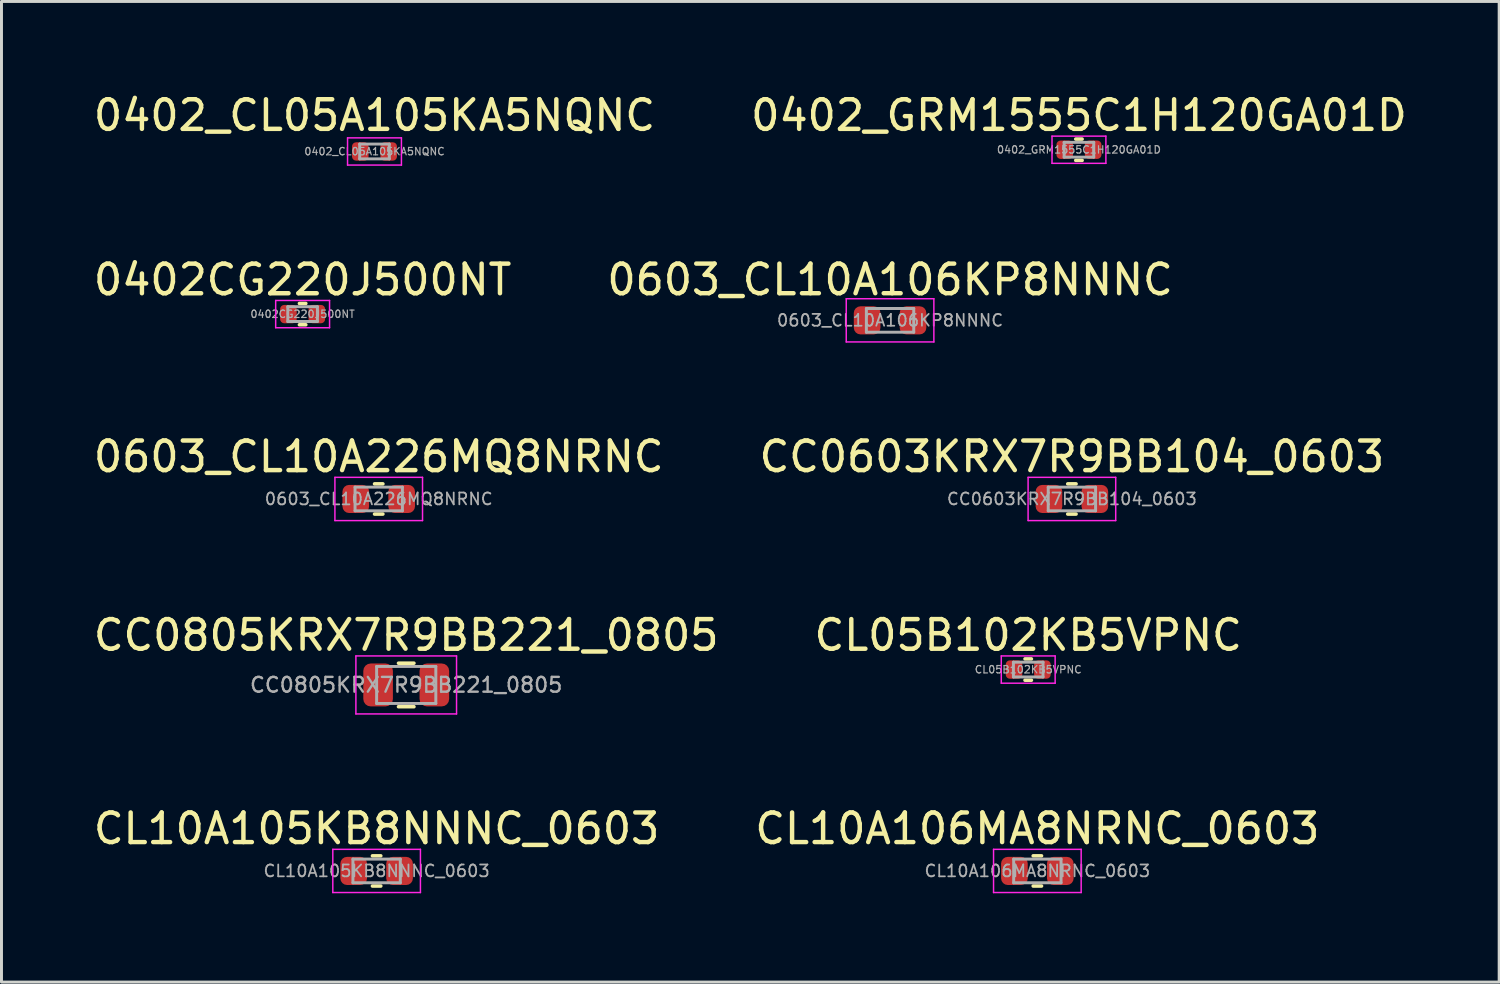
<source format=kicad_pcb>
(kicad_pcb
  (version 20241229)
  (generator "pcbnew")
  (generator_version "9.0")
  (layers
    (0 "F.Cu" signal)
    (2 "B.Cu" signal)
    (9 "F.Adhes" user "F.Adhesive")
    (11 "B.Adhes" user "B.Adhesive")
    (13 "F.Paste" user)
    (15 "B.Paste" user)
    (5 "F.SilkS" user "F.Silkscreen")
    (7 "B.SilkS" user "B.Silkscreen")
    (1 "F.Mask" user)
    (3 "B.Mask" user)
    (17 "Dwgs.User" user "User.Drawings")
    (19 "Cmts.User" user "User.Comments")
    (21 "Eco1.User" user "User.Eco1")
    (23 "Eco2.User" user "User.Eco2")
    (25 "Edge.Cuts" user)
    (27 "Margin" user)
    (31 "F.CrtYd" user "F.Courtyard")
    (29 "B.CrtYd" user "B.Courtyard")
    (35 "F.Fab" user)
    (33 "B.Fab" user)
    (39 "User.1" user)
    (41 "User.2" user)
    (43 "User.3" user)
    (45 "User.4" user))
  (footprint "0402CG220J500NT"
    (layer "F.Cu")
    (at 7.173 7.561)
    (property "Reference" "0402CG220J500NT" (at 0 -1.16 0) (layer "F.SilkS") (effects (font (size 1 1) (thickness 0.15))))
    (attr smd)
    (fp_line (start -0.108 -0.36) (end 0.108 -0.36) (stroke (width 0.12) (type solid)) (layer "F.SilkS"))
    (fp_line (start -0.108 0.36) (end 0.108 0.36) (stroke (width 0.12) (type solid)) (layer "F.SilkS"))
    (fp_line (start -0.91 -0.46) (end 0.91 -0.46) (stroke (width 0.05) (type solid)) (layer "F.CrtYd"))
    (fp_line (start -0.91 0.46) (end -0.91 -0.46) (stroke (width 0.05) (type solid)) (layer "F.CrtYd"))
    (fp_line (start 0.91 -0.46) (end 0.91 0.46) (stroke (width 0.05) (type solid)) (layer "F.CrtYd"))
    (fp_line (start 0.91 0.46) (end -0.91 0.46) (stroke (width 0.05) (type solid)) (layer "F.CrtYd"))
    (fp_line (start -0.5 -0.25) (end 0.5 -0.25) (stroke (width 0.1) (type solid)) (layer "F.Fab"))
    (fp_line (start -0.5 0.25) (end -0.5 -0.25) (stroke (width 0.1) (type solid)) (layer "F.Fab"))
    (fp_line (start 0.5 -0.25) (end 0.5 0.25) (stroke (width 0.1) (type solid)) (layer "F.Fab"))
    (fp_line (start 0.5 0.25) (end -0.5 0.25) (stroke (width 0.1) (type solid)) (layer "F.Fab"))
    (fp_text user "${REFERENCE}" (at 0 0 0) (layer "F.Fab") (effects (font (size 0.25 0.25) (thickness 0.04))))
    (pad "1" smd roundrect (at -0.48 0) (size 0.56 0.62) (layers "F.Cu" "F.Mask" "F.Paste") (roundrect_rratio 0.25))
    (pad "2" smd roundrect (at 0.48 0) (size 0.56 0.62) (layers "F.Cu" "F.Mask" "F.Paste") (roundrect_rratio 0.25)))
  (footprint "CL10A106MA8NRNC_0603"
    (layer "F.Cu")
    (at 31.994 26.372)
    (property "Reference" "CL10A106MA8NRNC_0603" (at 0 -1.43 0) (layer "F.SilkS") (effects (font (size 1 1) (thickness 0.15))))
    (attr smd)
    (fp_line (start -0.141 -0.51) (end 0.141 -0.51) (stroke (width 0.12) (type solid)) (layer "F.SilkS"))
    (fp_line (start -0.141 0.51) (end 0.141 0.51) (stroke (width 0.12) (type solid)) (layer "F.SilkS"))
    (fp_line (start -1.48 -0.73) (end 1.48 -0.73) (stroke (width 0.05) (type solid)) (layer "F.CrtYd"))
    (fp_line (start -1.48 0.73) (end -1.48 -0.73) (stroke (width 0.05) (type solid)) (layer "F.CrtYd"))
    (fp_line (start 1.48 -0.73) (end 1.48 0.73) (stroke (width 0.05) (type solid)) (layer "F.CrtYd"))
    (fp_line (start 1.48 0.73) (end -1.48 0.73) (stroke (width 0.05) (type solid)) (layer "F.CrtYd"))
    (fp_line (start -0.8 -0.4) (end 0.8 -0.4) (stroke (width 0.1) (type solid)) (layer "F.Fab"))
    (fp_line (start -0.8 0.4) (end -0.8 -0.4) (stroke (width 0.1) (type solid)) (layer "F.Fab"))
    (fp_line (start 0.8 -0.4) (end 0.8 0.4) (stroke (width 0.1) (type solid)) (layer "F.Fab"))
    (fp_line (start 0.8 0.4) (end -0.8 0.4) (stroke (width 0.1) (type solid)) (layer "F.Fab"))
    (fp_text user "${REFERENCE}" (at 0 0 0) (layer "F.Fab") (effects (font (size 0.4 0.4) (thickness 0.06))))
    (pad "1" smd roundrect (at -0.775 0) (size 0.9 0.95) (layers "F.Cu" "F.Mask" "F.Paste") (roundrect_rratio 0.25))
    (pad "2" smd roundrect (at 0.775 0) (size 0.9 0.95) (layers "F.Cu" "F.Mask" "F.Paste") (roundrect_rratio 0.25)))
  (footprint "CC0603KRX7R9BB104_0603"
    (layer "F.Cu")
    (at 33.161 13.806)
    (property "Reference" "CC0603KRX7R9BB104_0603" (at 0 -1.43 0) (layer "F.SilkS") (effects (font (size 1 1) (thickness 0.15))))
    (attr smd)
    (fp_line (start -0.141 -0.51) (end 0.141 -0.51) (stroke (width 0.12) (type solid)) (layer "F.SilkS"))
    (fp_line (start -0.141 0.51) (end 0.141 0.51) (stroke (width 0.12) (type solid)) (layer "F.SilkS"))
    (fp_line (start -1.48 -0.73) (end 1.48 -0.73) (stroke (width 0.05) (type solid)) (layer "F.CrtYd"))
    (fp_line (start -1.48 0.73) (end -1.48 -0.73) (stroke (width 0.05) (type solid)) (layer "F.CrtYd"))
    (fp_line (start 1.48 -0.73) (end 1.48 0.73) (stroke (width 0.05) (type solid)) (layer "F.CrtYd"))
    (fp_line (start 1.48 0.73) (end -1.48 0.73) (stroke (width 0.05) (type solid)) (layer "F.CrtYd"))
    (fp_line (start -0.8 -0.4) (end 0.8 -0.4) (stroke (width 0.1) (type solid)) (layer "F.Fab"))
    (fp_line (start -0.8 0.4) (end -0.8 -0.4) (stroke (width 0.1) (type solid)) (layer "F.Fab"))
    (fp_line (start 0.8 -0.4) (end 0.8 0.4) (stroke (width 0.1) (type solid)) (layer "F.Fab"))
    (fp_line (start 0.8 0.4) (end -0.8 0.4) (stroke (width 0.1) (type solid)) (layer "F.Fab"))
    (fp_text user "${REFERENCE}" (at 0 0 0) (layer "F.Fab") (effects (font (size 0.4 0.4) (thickness 0.06))))
    (pad "1" smd roundrect (at -0.775 0) (size 0.9 0.95) (layers "F.Cu" "F.Mask" "F.Paste") (roundrect_rratio 0.25))
    (pad "2" smd roundrect (at 0.775 0) (size 0.9 0.95) (layers "F.Cu" "F.Mask" "F.Paste") (roundrect_rratio 0.25)))
  (footprint "0603_CL10A226MQ8NRNC"
    (layer "F.Cu")
    (at 9.744 13.806)
    (property "Reference" "0603_CL10A226MQ8NRNC" (at 0 -1.43 0) (layer "F.SilkS") (effects (font (size 1 1) (thickness 0.15))))
    (attr smd)
    (fp_line (start -0.141 -0.51) (end 0.141 -0.51) (stroke (width 0.12) (type solid)) (layer "F.SilkS"))
    (fp_line (start -0.141 0.51) (end 0.141 0.51) (stroke (width 0.12) (type solid)) (layer "F.SilkS"))
    (fp_line (start -1.48 -0.73) (end 1.48 -0.73) (stroke (width 0.05) (type solid)) (layer "F.CrtYd"))
    (fp_line (start -1.48 0.73) (end -1.48 -0.73) (stroke (width 0.05) (type solid)) (layer "F.CrtYd"))
    (fp_line (start 1.48 -0.73) (end 1.48 0.73) (stroke (width 0.05) (type solid)) (layer "F.CrtYd"))
    (fp_line (start 1.48 0.73) (end -1.48 0.73) (stroke (width 0.05) (type solid)) (layer "F.CrtYd"))
    (fp_line (start -0.8 -0.4) (end 0.8 -0.4) (stroke (width 0.1) (type solid)) (layer "F.Fab"))
    (fp_line (start -0.8 0.4) (end -0.8 -0.4) (stroke (width 0.1) (type solid)) (layer "F.Fab"))
    (fp_line (start 0.8 -0.4) (end 0.8 0.4) (stroke (width 0.1) (type solid)) (layer "F.Fab"))
    (fp_line (start 0.8 0.4) (end -0.8 0.4) (stroke (width 0.1) (type solid)) (layer "F.Fab"))
    (fp_text user "${REFERENCE}" (at 0 0 0) (layer "F.Fab") (effects (font (size 0.4 0.4) (thickness 0.06))))
    (pad "1" smd roundrect (at -0.775 0) (size 0.9 0.95) (layers "F.Cu" "F.Mask" "F.Paste") (roundrect_rratio 0.25))
    (pad "2" smd roundrect (at 0.775 0) (size 0.9 0.95) (layers "F.Cu" "F.Mask" "F.Paste") (roundrect_rratio 0.25)))
  (footprint "CL05B102KB5VPNC"
    (layer "F.Cu")
    (at 31.685 19.569)
    (property "Reference" "CL05B102KB5VPNC" (at 0 -1.16 0) (layer "F.SilkS") (effects (font (size 1 1) (thickness 0.15))))
    (attr smd)
    (fp_line (start -0.108 -0.36) (end 0.108 -0.36) (stroke (width 0.12) (type solid)) (layer "F.SilkS"))
    (fp_line (start -0.108 0.36) (end 0.108 0.36) (stroke (width 0.12) (type solid)) (layer "F.SilkS"))
    (fp_line (start -0.91 -0.46) (end 0.91 -0.46) (stroke (width 0.05) (type solid)) (layer "F.CrtYd"))
    (fp_line (start -0.91 0.46) (end -0.91 -0.46) (stroke (width 0.05) (type solid)) (layer "F.CrtYd"))
    (fp_line (start 0.91 -0.46) (end 0.91 0.46) (stroke (width 0.05) (type solid)) (layer "F.CrtYd"))
    (fp_line (start 0.91 0.46) (end -0.91 0.46) (stroke (width 0.05) (type solid)) (layer "F.CrtYd"))
    (fp_line (start -0.5 -0.25) (end 0.5 -0.25) (stroke (width 0.1) (type solid)) (layer "F.Fab"))
    (fp_line (start -0.5 0.25) (end -0.5 -0.25) (stroke (width 0.1) (type solid)) (layer "F.Fab"))
    (fp_line (start 0.5 -0.25) (end 0.5 0.25) (stroke (width 0.1) (type solid)) (layer "F.Fab"))
    (fp_line (start 0.5 0.25) (end -0.5 0.25) (stroke (width 0.1) (type solid)) (layer "F.Fab"))
    (fp_text user "${REFERENCE}" (at 0 0 0) (layer "F.Fab") (effects (font (size 0.25 0.25) (thickness 0.04))))
    (pad "1" smd roundrect (at -0.48 0) (size 0.56 0.62) (layers "F.Cu" "F.Mask" "F.Paste") (roundrect_rratio 0.25))
    (pad "2" smd roundrect (at 0.48 0) (size 0.56 0.62) (layers "F.Cu" "F.Mask" "F.Paste") (roundrect_rratio 0.25)))
  (footprint "0402_GRM1555C1H120GA01D"
    (layer "F.Cu")
    (at 33.399 2.008)
    (property "Reference" "0402_GRM1555C1H120GA01D" (at 0 -1.16 0) (layer "F.SilkS") (effects (font (size 1 1) (thickness 0.15))))
    (attr smd)
    (fp_line (start -0.108 -0.36) (end 0.108 -0.36) (stroke (width 0.12) (type solid)) (layer "F.SilkS"))
    (fp_line (start -0.108 0.36) (end 0.108 0.36) (stroke (width 0.12) (type solid)) (layer "F.SilkS"))
    (fp_line (start -0.91 -0.46) (end 0.91 -0.46) (stroke (width 0.05) (type solid)) (layer "F.CrtYd"))
    (fp_line (start -0.91 0.46) (end -0.91 -0.46) (stroke (width 0.05) (type solid)) (layer "F.CrtYd"))
    (fp_line (start 0.91 -0.46) (end 0.91 0.46) (stroke (width 0.05) (type solid)) (layer "F.CrtYd"))
    (fp_line (start 0.91 0.46) (end -0.91 0.46) (stroke (width 0.05) (type solid)) (layer "F.CrtYd"))
    (fp_line (start -0.5 -0.25) (end 0.5 -0.25) (stroke (width 0.1) (type solid)) (layer "F.Fab"))
    (fp_line (start -0.5 0.25) (end -0.5 -0.25) (stroke (width 0.1) (type solid)) (layer "F.Fab"))
    (fp_line (start 0.5 -0.25) (end 0.5 0.25) (stroke (width 0.1) (type solid)) (layer "F.Fab"))
    (fp_line (start 0.5 0.25) (end -0.5 0.25) (stroke (width 0.1) (type solid)) (layer "F.Fab"))
    (fp_text user "${REFERENCE}" (at 0 0 0) (layer "F.Fab") (effects (font (size 0.25 0.25) (thickness 0.04))))
    (pad "1" smd roundrect (at -0.48 0) (size 0.56 0.62) (layers "F.Cu" "F.Mask" "F.Paste") (roundrect_rratio 0.25))
    (pad "2" smd roundrect (at 0.48 0) (size 0.56 0.62) (layers "F.Cu" "F.Mask" "F.Paste") (roundrect_rratio 0.25)))
  (footprint "CL10A105KB8NNNC_0603"
    (layer "F.Cu")
    (at 9.673 26.372)
    (property "Reference" "CL10A105KB8NNNC_0603" (at 0 -1.43 0) (layer "F.SilkS") (effects (font (size 1 1) (thickness 0.15))))
    (attr smd)
    (fp_line (start -0.141 -0.51) (end 0.141 -0.51) (stroke (width 0.12) (type solid)) (layer "F.SilkS"))
    (fp_line (start -0.141 0.51) (end 0.141 0.51) (stroke (width 0.12) (type solid)) (layer "F.SilkS"))
    (fp_line (start -1.48 -0.73) (end 1.48 -0.73) (stroke (width 0.05) (type solid)) (layer "F.CrtYd"))
    (fp_line (start -1.48 0.73) (end -1.48 -0.73) (stroke (width 0.05) (type solid)) (layer "F.CrtYd"))
    (fp_line (start 1.48 -0.73) (end 1.48 0.73) (stroke (width 0.05) (type solid)) (layer "F.CrtYd"))
    (fp_line (start 1.48 0.73) (end -1.48 0.73) (stroke (width 0.05) (type solid)) (layer "F.CrtYd"))
    (fp_line (start -0.8 -0.4) (end 0.8 -0.4) (stroke (width 0.1) (type solid)) (layer "F.Fab"))
    (fp_line (start -0.8 0.4) (end -0.8 -0.4) (stroke (width 0.1) (type solid)) (layer "F.Fab"))
    (fp_line (start 0.8 -0.4) (end 0.8 0.4) (stroke (width 0.1) (type solid)) (layer "F.Fab"))
    (fp_line (start 0.8 0.4) (end -0.8 0.4) (stroke (width 0.1) (type solid)) (layer "F.Fab"))
    (fp_text user "${REFERENCE}" (at 0 0 0) (layer "F.Fab") (effects (font (size 0.4 0.4) (thickness 0.06))))
    (pad "1" smd roundrect (at -0.775 0) (size 0.9 0.95) (layers "F.Cu" "F.Mask" "F.Paste") (roundrect_rratio 0.25))
    (pad "2" smd roundrect (at 0.775 0) (size 0.9 0.95) (layers "F.Cu" "F.Mask" "F.Paste") (roundrect_rratio 0.25)))
  (footprint "CC0805KRX7R9BB221_0805"
    (layer "F.Cu")
    (at 10.673 20.089)
    (property "Reference" "CC0805KRX7R9BB221_0805" (at 0 -1.68 0) (layer "F.SilkS") (effects (font (size 1 1) (thickness 0.15))))
    (attr smd)
    (fp_line (start -0.261 -0.735) (end 0.261 -0.735) (stroke (width 0.12) (type solid)) (layer "F.SilkS"))
    (fp_line (start -0.261 0.735) (end 0.261 0.735) (stroke (width 0.12) (type solid)) (layer "F.SilkS"))
    (fp_line (start -1.7 -0.98) (end 1.7 -0.98) (stroke (width 0.05) (type solid)) (layer "F.CrtYd"))
    (fp_line (start -1.7 0.98) (end -1.7 -0.98) (stroke (width 0.05) (type solid)) (layer "F.CrtYd"))
    (fp_line (start 1.7 -0.98) (end 1.7 0.98) (stroke (width 0.05) (type solid)) (layer "F.CrtYd"))
    (fp_line (start 1.7 0.98) (end -1.7 0.98) (stroke (width 0.05) (type solid)) (layer "F.CrtYd"))
    (fp_line (start -1 -0.625) (end 1 -0.625) (stroke (width 0.1) (type solid)) (layer "F.Fab"))
    (fp_line (start -1 0.625) (end -1 -0.625) (stroke (width 0.1) (type solid)) (layer "F.Fab"))
    (fp_line (start 1 -0.625) (end 1 0.625) (stroke (width 0.1) (type solid)) (layer "F.Fab"))
    (fp_line (start 1 0.625) (end -1 0.625) (stroke (width 0.1) (type solid)) (layer "F.Fab"))
    (fp_text user "${REFERENCE}" (at 0 0 0) (layer "F.Fab") (effects (font (size 0.5 0.5) (thickness 0.08))))
    (pad "1" smd roundrect (at -0.95 0) (size 1 1.45) (layers "F.Cu" "F.Mask" "F.Paste") (roundrect_rratio 0.25))
    (pad "2" smd roundrect (at 0.95 0) (size 1 1.45) (layers "F.Cu" "F.Mask" "F.Paste") (roundrect_rratio 0.25)))
  (footprint "0402_CL05A105KA5NQNC"
    (layer "F.Cu")
    (at 9.601 2.067)
    (property "Reference" "0402_CL05A105KA5NQNC" (at 0 -1.219 0) (layer "F.SilkS") (effects (font (size 1 1) (thickness 0.15))))
    (attr smd)
    (fp_line (start -0.91 -0.46) (end 0.91 -0.46) (stroke (width 0.05) (type solid)) (layer "F.CrtYd"))
    (fp_line (start -0.91 0.46) (end -0.91 -0.46) (stroke (width 0.05) (type solid)) (layer "F.CrtYd"))
    (fp_line (start 0.91 -0.46) (end 0.91 0.46) (stroke (width 0.05) (type solid)) (layer "F.CrtYd"))
    (fp_line (start 0.91 0.46) (end -0.91 0.46) (stroke (width 0.05) (type solid)) (layer "F.CrtYd"))
    (fp_line (start -0.5 -0.25) (end 0.5 -0.25) (stroke (width 0.1) (type solid)) (layer "F.Fab"))
    (fp_line (start -0.5 0.25) (end -0.5 -0.25) (stroke (width 0.1) (type solid)) (layer "F.Fab"))
    (fp_line (start 0.5 -0.25) (end 0.5 0.25) (stroke (width 0.1) (type solid)) (layer "F.Fab"))
    (fp_line (start 0.5 0.25) (end -0.5 0.25) (stroke (width 0.1) (type solid)) (layer "F.Fab"))
    (fp_text user "${REFERENCE}" (at 0 0 0) (layer "F.Fab") (effects (font (size 0.25 0.25) (thickness 0.04))))
    (pad "1" smd roundrect (at -0.48 0) (size 0.56 0.62) (layers "F.Cu" "F.Mask" "F.Paste") (roundrect_rratio 0.25))
    (pad "2" smd roundrect (at 0.48 0) (size 0.56 0.62) (layers "F.Cu" "F.Mask" "F.Paste") (roundrect_rratio 0.25)))
  (footprint "0603_CL10A106KP8NNNC"
    (layer "F.Cu")
    (at 27.018 7.772)
    (property "Reference" "0603_CL10A106KP8NNNC" (at 0 -1.372 0) (layer "F.SilkS") (effects (font (size 1 1) (thickness 0.15))))
    (attr smd)
    (fp_line (start -1.48 -0.73) (end 1.48 -0.73) (stroke (width 0.05) (type solid)) (layer "F.CrtYd"))
    (fp_line (start -1.48 0.73) (end -1.48 -0.73) (stroke (width 0.05) (type solid)) (layer "F.CrtYd"))
    (fp_line (start 1.48 -0.73) (end 1.48 0.73) (stroke (width 0.05) (type solid)) (layer "F.CrtYd"))
    (fp_line (start 1.48 0.73) (end -1.48 0.73) (stroke (width 0.05) (type solid)) (layer "F.CrtYd"))
    (fp_line (start -0.8 -0.4) (end 0.8 -0.4) (stroke (width 0.1) (type solid)) (layer "F.Fab"))
    (fp_line (start -0.8 0.4) (end -0.8 -0.4) (stroke (width 0.1) (type solid)) (layer "F.Fab"))
    (fp_line (start 0.8 -0.4) (end 0.8 0.4) (stroke (width 0.1) (type solid)) (layer "F.Fab"))
    (fp_line (start 0.8 0.4) (end -0.8 0.4) (stroke (width 0.1) (type solid)) (layer "F.Fab"))
    (fp_text user "${REFERENCE}" (at 0 0 0) (layer "F.Fab") (effects (font (size 0.4 0.4) (thickness 0.06))))
    (pad "1" smd roundrect (at -0.775 0) (size 0.9 0.95) (layers "F.Cu" "F.Mask" "F.Paste") (roundrect_rratio 0.25))
    (pad "2" smd roundrect (at 0.775 0) (size 0.9 0.95) (layers "F.Cu" "F.Mask" "F.Paste") (roundrect_rratio 0.25)))
  (gr_rect
    (start -3 -3)
    (end 47.595 30.127)
    (stroke (width 0.1) (type default))
    (fill no)
    (layer "Edge.Cuts")))
</source>
